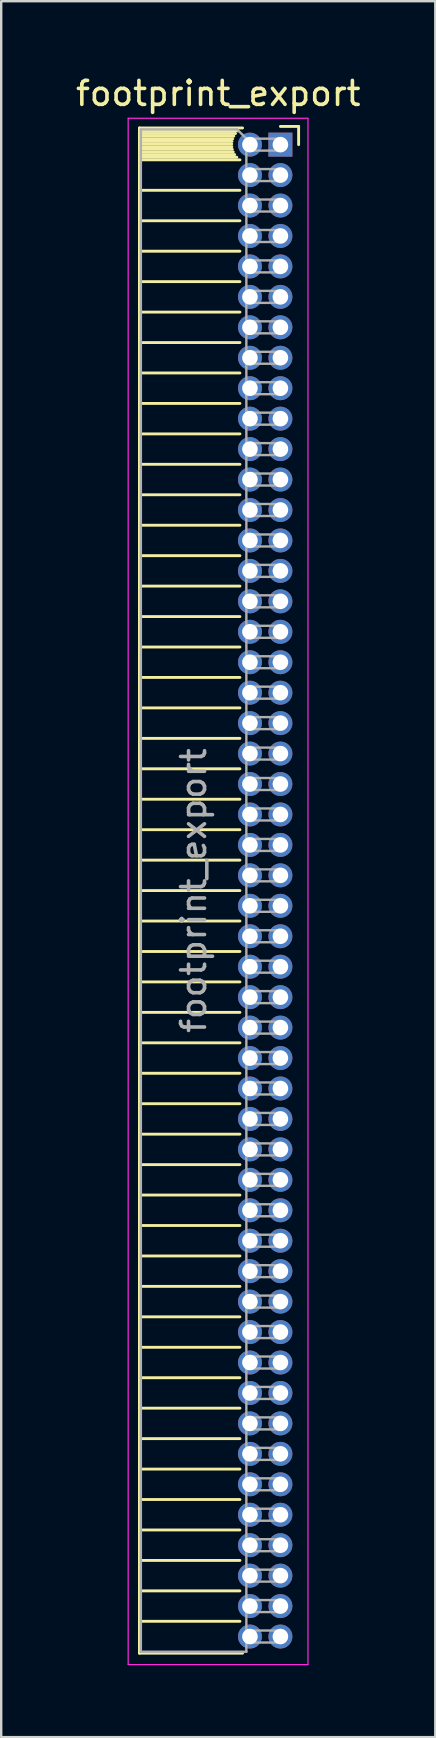
<source format=kicad_pcb>
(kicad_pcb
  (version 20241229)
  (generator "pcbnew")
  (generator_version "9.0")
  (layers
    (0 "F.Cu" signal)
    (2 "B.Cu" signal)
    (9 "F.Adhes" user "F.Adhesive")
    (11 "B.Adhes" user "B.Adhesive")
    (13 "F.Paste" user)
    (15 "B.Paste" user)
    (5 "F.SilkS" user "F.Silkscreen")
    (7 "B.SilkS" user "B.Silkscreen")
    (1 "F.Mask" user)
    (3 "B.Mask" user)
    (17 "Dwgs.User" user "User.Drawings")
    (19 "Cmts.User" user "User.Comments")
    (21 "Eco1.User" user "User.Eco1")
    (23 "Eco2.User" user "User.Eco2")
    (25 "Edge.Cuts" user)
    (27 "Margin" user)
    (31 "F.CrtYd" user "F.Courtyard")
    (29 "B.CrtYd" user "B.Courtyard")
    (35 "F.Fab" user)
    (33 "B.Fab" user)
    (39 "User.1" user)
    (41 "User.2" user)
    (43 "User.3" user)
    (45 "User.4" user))
  (footprint "footprint_export"
    (layer "F.Cu")
    (at 8.646 2.983)
    (property "Reference" "footprint_export" (at -2.592 -2.135 0) (layer "F.SilkS") (effects (font (size 1 1) (thickness 0.15))))
    (attr through_hole)
    (fp_line (start -5.88 -0.695) (end -5.88 62.925) (stroke (width 0.12) (type solid)) (layer "F.SilkS"))
    (fp_line (start -5.88 -0.695) (end -1.578 -0.695) (stroke (width 0.12) (type solid)) (layer "F.SilkS"))
    (fp_line (start -5.88 -0.575) (end -1.767 -0.575) (stroke (width 0.12) (type solid)) (layer "F.SilkS"))
    (fp_line (start -5.88 -0.465) (end -1.871 -0.465) (stroke (width 0.12) (type solid)) (layer "F.SilkS"))
    (fp_line (start -5.88 -0.355) (end -1.942 -0.355) (stroke (width 0.12) (type solid)) (layer "F.SilkS"))
    (fp_line (start -5.88 -0.245) (end -1.989 -0.245) (stroke (width 0.12) (type solid)) (layer "F.SilkS"))
    (fp_line (start -5.88 -0.135) (end -2.018 -0.135) (stroke (width 0.12) (type solid)) (layer "F.SilkS"))
    (fp_line (start -5.88 -0.025) (end -2.03 -0.025) (stroke (width 0.12) (type solid)) (layer "F.SilkS"))
    (fp_line (start -5.88 0.085) (end -2.025 0.085) (stroke (width 0.12) (type solid)) (layer "F.SilkS"))
    (fp_line (start -5.88 0.195) (end -2.005 0.195) (stroke (width 0.12) (type solid)) (layer "F.SilkS"))
    (fp_line (start -5.88 0.305) (end -1.966 0.305) (stroke (width 0.12) (type solid)) (layer "F.SilkS"))
    (fp_line (start -5.88 0.415) (end -1.907 0.415) (stroke (width 0.12) (type solid)) (layer "F.SilkS"))
    (fp_line (start -5.88 0.525) (end -1.82 0.525) (stroke (width 0.12) (type solid)) (layer "F.SilkS"))
    (fp_line (start -5.88 0.635) (end -1.688 0.635) (stroke (width 0.12) (type solid)) (layer "F.SilkS"))
    (fp_line (start -5.88 1.905) (end -1.688 1.905) (stroke (width 0.12) (type solid)) (layer "F.SilkS"))
    (fp_line (start -5.88 3.175) (end -1.688 3.175) (stroke (width 0.12) (type solid)) (layer "F.SilkS"))
    (fp_line (start -5.88 4.445) (end -1.688 4.445) (stroke (width 0.12) (type solid)) (layer "F.SilkS"))
    (fp_line (start -5.88 5.715) (end -1.688 5.715) (stroke (width 0.12) (type solid)) (layer "F.SilkS"))
    (fp_line (start -5.88 6.985) (end -1.688 6.985) (stroke (width 0.12) (type solid)) (layer "F.SilkS"))
    (fp_line (start -5.88 8.255) (end -1.688 8.255) (stroke (width 0.12) (type solid)) (layer "F.SilkS"))
    (fp_line (start -5.88 9.525) (end -1.688 9.525) (stroke (width 0.12) (type solid)) (layer "F.SilkS"))
    (fp_line (start -5.88 10.795) (end -1.688 10.795) (stroke (width 0.12) (type solid)) (layer "F.SilkS"))
    (fp_line (start -5.88 12.065) (end -1.688 12.065) (stroke (width 0.12) (type solid)) (layer "F.SilkS"))
    (fp_line (start -5.88 13.335) (end -1.688 13.335) (stroke (width 0.12) (type solid)) (layer "F.SilkS"))
    (fp_line (start -5.88 14.605) (end -1.688 14.605) (stroke (width 0.12) (type solid)) (layer "F.SilkS"))
    (fp_line (start -5.88 15.875) (end -1.688 15.875) (stroke (width 0.12) (type solid)) (layer "F.SilkS"))
    (fp_line (start -5.88 17.145) (end -1.688 17.145) (stroke (width 0.12) (type solid)) (layer "F.SilkS"))
    (fp_line (start -5.88 18.415) (end -1.688 18.415) (stroke (width 0.12) (type solid)) (layer "F.SilkS"))
    (fp_line (start -5.88 19.685) (end -1.688 19.685) (stroke (width 0.12) (type solid)) (layer "F.SilkS"))
    (fp_line (start -5.88 20.955) (end -1.688 20.955) (stroke (width 0.12) (type solid)) (layer "F.SilkS"))
    (fp_line (start -5.88 22.225) (end -1.688 22.225) (stroke (width 0.12) (type solid)) (layer "F.SilkS"))
    (fp_line (start -5.88 23.495) (end -1.688 23.495) (stroke (width 0.12) (type solid)) (layer "F.SilkS"))
    (fp_line (start -5.88 24.765) (end -1.688 24.765) (stroke (width 0.12) (type solid)) (layer "F.SilkS"))
    (fp_line (start -5.88 26.035) (end -1.688 26.035) (stroke (width 0.12) (type solid)) (layer "F.SilkS"))
    (fp_line (start -5.88 27.305) (end -1.688 27.305) (stroke (width 0.12) (type solid)) (layer "F.SilkS"))
    (fp_line (start -5.88 28.575) (end -1.688 28.575) (stroke (width 0.12) (type solid)) (layer "F.SilkS"))
    (fp_line (start -5.88 29.845) (end -1.688 29.845) (stroke (width 0.12) (type solid)) (layer "F.SilkS"))
    (fp_line (start -5.88 31.115) (end -1.688 31.115) (stroke (width 0.12) (type solid)) (layer "F.SilkS"))
    (fp_line (start -5.88 32.385) (end -1.688 32.385) (stroke (width 0.12) (type solid)) (layer "F.SilkS"))
    (fp_line (start -5.88 33.655) (end -1.688 33.655) (stroke (width 0.12) (type solid)) (layer "F.SilkS"))
    (fp_line (start -5.88 34.925) (end -1.688 34.925) (stroke (width 0.12) (type solid)) (layer "F.SilkS"))
    (fp_line (start -5.88 36.195) (end -1.688 36.195) (stroke (width 0.12) (type solid)) (layer "F.SilkS"))
    (fp_line (start -5.88 37.465) (end -1.688 37.465) (stroke (width 0.12) (type solid)) (layer "F.SilkS"))
    (fp_line (start -5.88 38.735) (end -1.688 38.735) (stroke (width 0.12) (type solid)) (layer "F.SilkS"))
    (fp_line (start -5.88 40.005) (end -1.688 40.005) (stroke (width 0.12) (type solid)) (layer "F.SilkS"))
    (fp_line (start -5.88 41.275) (end -1.688 41.275) (stroke (width 0.12) (type solid)) (layer "F.SilkS"))
    (fp_line (start -5.88 42.545) (end -1.688 42.545) (stroke (width 0.12) (type solid)) (layer "F.SilkS"))
    (fp_line (start -5.88 43.815) (end -1.688 43.815) (stroke (width 0.12) (type solid)) (layer "F.SilkS"))
    (fp_line (start -5.88 45.085) (end -1.688 45.085) (stroke (width 0.12) (type solid)) (layer "F.SilkS"))
    (fp_line (start -5.88 46.355) (end -1.688 46.355) (stroke (width 0.12) (type solid)) (layer "F.SilkS"))
    (fp_line (start -5.88 47.625) (end -1.688 47.625) (stroke (width 0.12) (type solid)) (layer "F.SilkS"))
    (fp_line (start -5.88 48.895) (end -1.688 48.895) (stroke (width 0.12) (type solid)) (layer "F.SilkS"))
    (fp_line (start -5.88 50.165) (end -1.688 50.165) (stroke (width 0.12) (type solid)) (layer "F.SilkS"))
    (fp_line (start -5.88 51.435) (end -1.688 51.435) (stroke (width 0.12) (type solid)) (layer "F.SilkS"))
    (fp_line (start -5.88 52.705) (end -1.688 52.705) (stroke (width 0.12) (type solid)) (layer "F.SilkS"))
    (fp_line (start -5.88 53.975) (end -1.688 53.975) (stroke (width 0.12) (type solid)) (layer "F.SilkS"))
    (fp_line (start -5.88 55.245) (end -1.688 55.245) (stroke (width 0.12) (type solid)) (layer "F.SilkS"))
    (fp_line (start -5.88 56.515) (end -1.688 56.515) (stroke (width 0.12) (type solid)) (layer "F.SilkS"))
    (fp_line (start -5.88 57.785) (end -1.688 57.785) (stroke (width 0.12) (type solid)) (layer "F.SilkS"))
    (fp_line (start -5.88 59.055) (end -1.688 59.055) (stroke (width 0.12) (type solid)) (layer "F.SilkS"))
    (fp_line (start -5.88 60.325) (end -1.688 60.325) (stroke (width 0.12) (type solid)) (layer "F.SilkS"))
    (fp_line (start -5.88 61.595) (end -1.688 61.595) (stroke (width 0.12) (type solid)) (layer "F.SilkS"))
    (fp_line (start -5.88 62.925) (end -1.578 62.925) (stroke (width 0.12) (type solid)) (layer "F.SilkS"))
    (fp_line (start 0 -0.76) (end 0.76 -0.76) (stroke (width 0.12) (type solid)) (layer "F.SilkS"))
    (fp_line (start 0.76 -0.76) (end 0.76 0) (stroke (width 0.12) (type solid)) (layer "F.SilkS"))
    (fp_line (start -6.35 -1.1) (end -6.35 63.4) (stroke (width 0.05) (type solid)) (layer "F.CrtYd"))
    (fp_line (start -6.35 63.4) (end 1.15 63.4) (stroke (width 0.05) (type solid)) (layer "F.CrtYd"))
    (fp_line (start 1.15 -1.1) (end -6.35 -1.1) (stroke (width 0.05) (type solid)) (layer "F.CrtYd"))
    (fp_line (start 1.15 63.4) (end 1.15 -1.1) (stroke (width 0.05) (type solid)) (layer "F.CrtYd"))
    (fp_line (start -5.82 -0.635) (end -1.805 -0.635) (stroke (width 0.1) (type solid)) (layer "F.Fab"))
    (fp_line (start -5.82 62.865) (end -5.82 -0.635) (stroke (width 0.1) (type solid)) (layer "F.Fab"))
    (fp_line (start -1.805 -0.635) (end -1.42 -0.25) (stroke (width 0.1) (type solid)) (layer "F.Fab"))
    (fp_line (start -1.42 -0.25) (end -1.42 62.865) (stroke (width 0.1) (type solid)) (layer "F.Fab"))
    (fp_line (start -1.42 0.25) (end 0 0.25) (stroke (width 0.1) (type solid)) (layer "F.Fab"))
    (fp_line (start -1.42 1.52) (end 0 1.52) (stroke (width 0.1) (type solid)) (layer "F.Fab"))
    (fp_line (start -1.42 2.79) (end 0 2.79) (stroke (width 0.1) (type solid)) (layer "F.Fab"))
    (fp_line (start -1.42 4.06) (end 0 4.06) (stroke (width 0.1) (type solid)) (layer "F.Fab"))
    (fp_line (start -1.42 5.33) (end 0 5.33) (stroke (width 0.1) (type solid)) (layer "F.Fab"))
    (fp_line (start -1.42 6.6) (end 0 6.6) (stroke (width 0.1) (type solid)) (layer "F.Fab"))
    (fp_line (start -1.42 7.87) (end 0 7.87) (stroke (width 0.1) (type solid)) (layer "F.Fab"))
    (fp_line (start -1.42 9.14) (end 0 9.14) (stroke (width 0.1) (type solid)) (layer "F.Fab"))
    (fp_line (start -1.42 10.41) (end 0 10.41) (stroke (width 0.1) (type solid)) (layer "F.Fab"))
    (fp_line (start -1.42 11.68) (end 0 11.68) (stroke (width 0.1) (type solid)) (layer "F.Fab"))
    (fp_line (start -1.42 12.95) (end 0 12.95) (stroke (width 0.1) (type solid)) (layer "F.Fab"))
    (fp_line (start -1.42 14.22) (end 0 14.22) (stroke (width 0.1) (type solid)) (layer "F.Fab"))
    (fp_line (start -1.42 15.49) (end 0 15.49) (stroke (width 0.1) (type solid)) (layer "F.Fab"))
    (fp_line (start -1.42 16.76) (end 0 16.76) (stroke (width 0.1) (type solid)) (layer "F.Fab"))
    (fp_line (start -1.42 18.03) (end 0 18.03) (stroke (width 0.1) (type solid)) (layer "F.Fab"))
    (fp_line (start -1.42 19.3) (end 0 19.3) (stroke (width 0.1) (type solid)) (layer "F.Fab"))
    (fp_line (start -1.42 20.57) (end 0 20.57) (stroke (width 0.1) (type solid)) (layer "F.Fab"))
    (fp_line (start -1.42 21.84) (end 0 21.84) (stroke (width 0.1) (type solid)) (layer "F.Fab"))
    (fp_line (start -1.42 23.11) (end 0 23.11) (stroke (width 0.1) (type solid)) (layer "F.Fab"))
    (fp_line (start -1.42 24.38) (end 0 24.38) (stroke (width 0.1) (type solid)) (layer "F.Fab"))
    (fp_line (start -1.42 25.65) (end 0 25.65) (stroke (width 0.1) (type solid)) (layer "F.Fab"))
    (fp_line (start -1.42 26.92) (end 0 26.92) (stroke (width 0.1) (type solid)) (layer "F.Fab"))
    (fp_line (start -1.42 28.19) (end 0 28.19) (stroke (width 0.1) (type solid)) (layer "F.Fab"))
    (fp_line (start -1.42 29.46) (end 0 29.46) (stroke (width 0.1) (type solid)) (layer "F.Fab"))
    (fp_line (start -1.42 30.73) (end 0 30.73) (stroke (width 0.1) (type solid)) (layer "F.Fab"))
    (fp_line (start -1.42 32) (end 0 32) (stroke (width 0.1) (type solid)) (layer "F.Fab"))
    (fp_line (start -1.42 33.27) (end 0 33.27) (stroke (width 0.1) (type solid)) (layer "F.Fab"))
    (fp_line (start -1.42 34.54) (end 0 34.54) (stroke (width 0.1) (type solid)) (layer "F.Fab"))
    (fp_line (start -1.42 35.81) (end 0 35.81) (stroke (width 0.1) (type solid)) (layer "F.Fab"))
    (fp_line (start -1.42 37.08) (end 0 37.08) (stroke (width 0.1) (type solid)) (layer "F.Fab"))
    (fp_line (start -1.42 38.35) (end 0 38.35) (stroke (width 0.1) (type solid)) (layer "F.Fab"))
    (fp_line (start -1.42 39.62) (end 0 39.62) (stroke (width 0.1) (type solid)) (layer "F.Fab"))
    (fp_line (start -1.42 40.89) (end 0 40.89) (stroke (width 0.1) (type solid)) (layer "F.Fab"))
    (fp_line (start -1.42 42.16) (end 0 42.16) (stroke (width 0.1) (type solid)) (layer "F.Fab"))
    (fp_line (start -1.42 43.43) (end 0 43.43) (stroke (width 0.1) (type solid)) (layer "F.Fab"))
    (fp_line (start -1.42 44.7) (end 0 44.7) (stroke (width 0.1) (type solid)) (layer "F.Fab"))
    (fp_line (start -1.42 45.97) (end 0 45.97) (stroke (width 0.1) (type solid)) (layer "F.Fab"))
    (fp_line (start -1.42 47.24) (end 0 47.24) (stroke (width 0.1) (type solid)) (layer "F.Fab"))
    (fp_line (start -1.42 48.51) (end 0 48.51) (stroke (width 0.1) (type solid)) (layer "F.Fab"))
    (fp_line (start -1.42 49.78) (end 0 49.78) (stroke (width 0.1) (type solid)) (layer "F.Fab"))
    (fp_line (start -1.42 51.05) (end 0 51.05) (stroke (width 0.1) (type solid)) (layer "F.Fab"))
    (fp_line (start -1.42 52.32) (end 0 52.32) (stroke (width 0.1) (type solid)) (layer "F.Fab"))
    (fp_line (start -1.42 53.59) (end 0 53.59) (stroke (width 0.1) (type solid)) (layer "F.Fab"))
    (fp_line (start -1.42 54.86) (end 0 54.86) (stroke (width 0.1) (type solid)) (layer "F.Fab"))
    (fp_line (start -1.42 56.13) (end 0 56.13) (stroke (width 0.1) (type solid)) (layer "F.Fab"))
    (fp_line (start -1.42 57.4) (end 0 57.4) (stroke (width 0.1) (type solid)) (layer "F.Fab"))
    (fp_line (start -1.42 58.67) (end 0 58.67) (stroke (width 0.1) (type solid)) (layer "F.Fab"))
    (fp_line (start -1.42 59.94) (end 0 59.94) (stroke (width 0.1) (type solid)) (layer "F.Fab"))
    (fp_line (start -1.42 61.21) (end 0 61.21) (stroke (width 0.1) (type solid)) (layer "F.Fab"))
    (fp_line (start -1.42 62.48) (end 0 62.48) (stroke (width 0.1) (type solid)) (layer "F.Fab"))
    (fp_line (start -1.42 62.865) (end -5.82 62.865) (stroke (width 0.1) (type solid)) (layer "F.Fab"))
    (fp_line (start 0 -0.25) (end -1.42 -0.25) (stroke (width 0.1) (type solid)) (layer "F.Fab"))
    (fp_line (start 0 0.25) (end 0 -0.25) (stroke (width 0.1) (type solid)) (layer "F.Fab"))
    (fp_line (start 0 1.02) (end -1.42 1.02) (stroke (width 0.1) (type solid)) (layer "F.Fab"))
    (fp_line (start 0 1.52) (end 0 1.02) (stroke (width 0.1) (type solid)) (layer "F.Fab"))
    (fp_line (start 0 2.29) (end -1.42 2.29) (stroke (width 0.1) (type solid)) (layer "F.Fab"))
    (fp_line (start 0 2.79) (end 0 2.29) (stroke (width 0.1) (type solid)) (layer "F.Fab"))
    (fp_line (start 0 3.56) (end -1.42 3.56) (stroke (width 0.1) (type solid)) (layer "F.Fab"))
    (fp_line (start 0 4.06) (end 0 3.56) (stroke (width 0.1) (type solid)) (layer "F.Fab"))
    (fp_line (start 0 4.83) (end -1.42 4.83) (stroke (width 0.1) (type solid)) (layer "F.Fab"))
    (fp_line (start 0 5.33) (end 0 4.83) (stroke (width 0.1) (type solid)) (layer "F.Fab"))
    (fp_line (start 0 6.1) (end -1.42 6.1) (stroke (width 0.1) (type solid)) (layer "F.Fab"))
    (fp_line (start 0 6.6) (end 0 6.1) (stroke (width 0.1) (type solid)) (layer "F.Fab"))
    (fp_line (start 0 7.37) (end -1.42 7.37) (stroke (width 0.1) (type solid)) (layer "F.Fab"))
    (fp_line (start 0 7.87) (end 0 7.37) (stroke (width 0.1) (type solid)) (layer "F.Fab"))
    (fp_line (start 0 8.64) (end -1.42 8.64) (stroke (width 0.1) (type solid)) (layer "F.Fab"))
    (fp_line (start 0 9.14) (end 0 8.64) (stroke (width 0.1) (type solid)) (layer "F.Fab"))
    (fp_line (start 0 9.91) (end -1.42 9.91) (stroke (width 0.1) (type solid)) (layer "F.Fab"))
    (fp_line (start 0 10.41) (end 0 9.91) (stroke (width 0.1) (type solid)) (layer "F.Fab"))
    (fp_line (start 0 11.18) (end -1.42 11.18) (stroke (width 0.1) (type solid)) (layer "F.Fab"))
    (fp_line (start 0 11.68) (end 0 11.18) (stroke (width 0.1) (type solid)) (layer "F.Fab"))
    (fp_line (start 0 12.45) (end -1.42 12.45) (stroke (width 0.1) (type solid)) (layer "F.Fab"))
    (fp_line (start 0 12.95) (end 0 12.45) (stroke (width 0.1) (type solid)) (layer "F.Fab"))
    (fp_line (start 0 13.72) (end -1.42 13.72) (stroke (width 0.1) (type solid)) (layer "F.Fab"))
    (fp_line (start 0 14.22) (end 0 13.72) (stroke (width 0.1) (type solid)) (layer "F.Fab"))
    (fp_line (start 0 14.99) (end -1.42 14.99) (stroke (width 0.1) (type solid)) (layer "F.Fab"))
    (fp_line (start 0 15.49) (end 0 14.99) (stroke (width 0.1) (type solid)) (layer "F.Fab"))
    (fp_line (start 0 16.26) (end -1.42 16.26) (stroke (width 0.1) (type solid)) (layer "F.Fab"))
    (fp_line (start 0 16.76) (end 0 16.26) (stroke (width 0.1) (type solid)) (layer "F.Fab"))
    (fp_line (start 0 17.53) (end -1.42 17.53) (stroke (width 0.1) (type solid)) (layer "F.Fab"))
    (fp_line (start 0 18.03) (end 0 17.53) (stroke (width 0.1) (type solid)) (layer "F.Fab"))
    (fp_line (start 0 18.8) (end -1.42 18.8) (stroke (width 0.1) (type solid)) (layer "F.Fab"))
    (fp_line (start 0 19.3) (end 0 18.8) (stroke (width 0.1) (type solid)) (layer "F.Fab"))
    (fp_line (start 0 20.07) (end -1.42 20.07) (stroke (width 0.1) (type solid)) (layer "F.Fab"))
    (fp_line (start 0 20.57) (end 0 20.07) (stroke (width 0.1) (type solid)) (layer "F.Fab"))
    (fp_line (start 0 21.34) (end -1.42 21.34) (stroke (width 0.1) (type solid)) (layer "F.Fab"))
    (fp_line (start 0 21.84) (end 0 21.34) (stroke (width 0.1) (type solid)) (layer "F.Fab"))
    (fp_line (start 0 22.61) (end -1.42 22.61) (stroke (width 0.1) (type solid)) (layer "F.Fab"))
    (fp_line (start 0 23.11) (end 0 22.61) (stroke (width 0.1) (type solid)) (layer "F.Fab"))
    (fp_line (start 0 23.88) (end -1.42 23.88) (stroke (width 0.1) (type solid)) (layer "F.Fab"))
    (fp_line (start 0 24.38) (end 0 23.88) (stroke (width 0.1) (type solid)) (layer "F.Fab"))
    (fp_line (start 0 25.15) (end -1.42 25.15) (stroke (width 0.1) (type solid)) (layer "F.Fab"))
    (fp_line (start 0 25.65) (end 0 25.15) (stroke (width 0.1) (type solid)) (layer "F.Fab"))
    (fp_line (start 0 26.42) (end -1.42 26.42) (stroke (width 0.1) (type solid)) (layer "F.Fab"))
    (fp_line (start 0 26.92) (end 0 26.42) (stroke (width 0.1) (type solid)) (layer "F.Fab"))
    (fp_line (start 0 27.69) (end -1.42 27.69) (stroke (width 0.1) (type solid)) (layer "F.Fab"))
    (fp_line (start 0 28.19) (end 0 27.69) (stroke (width 0.1) (type solid)) (layer "F.Fab"))
    (fp_line (start 0 28.96) (end -1.42 28.96) (stroke (width 0.1) (type solid)) (layer "F.Fab"))
    (fp_line (start 0 29.46) (end 0 28.96) (stroke (width 0.1) (type solid)) (layer "F.Fab"))
    (fp_line (start 0 30.23) (end -1.42 30.23) (stroke (width 0.1) (type solid)) (layer "F.Fab"))
    (fp_line (start 0 30.73) (end 0 30.23) (stroke (width 0.1) (type solid)) (layer "F.Fab"))
    (fp_line (start 0 31.5) (end -1.42 31.5) (stroke (width 0.1) (type solid)) (layer "F.Fab"))
    (fp_line (start 0 32) (end 0 31.5) (stroke (width 0.1) (type solid)) (layer "F.Fab"))
    (fp_line (start 0 32.77) (end -1.42 32.77) (stroke (width 0.1) (type solid)) (layer "F.Fab"))
    (fp_line (start 0 33.27) (end 0 32.77) (stroke (width 0.1) (type solid)) (layer "F.Fab"))
    (fp_line (start 0 34.04) (end -1.42 34.04) (stroke (width 0.1) (type solid)) (layer "F.Fab"))
    (fp_line (start 0 34.54) (end 0 34.04) (stroke (width 0.1) (type solid)) (layer "F.Fab"))
    (fp_line (start 0 35.31) (end -1.42 35.31) (stroke (width 0.1) (type solid)) (layer "F.Fab"))
    (fp_line (start 0 35.81) (end 0 35.31) (stroke (width 0.1) (type solid)) (layer "F.Fab"))
    (fp_line (start 0 36.58) (end -1.42 36.58) (stroke (width 0.1) (type solid)) (layer "F.Fab"))
    (fp_line (start 0 37.08) (end 0 36.58) (stroke (width 0.1) (type solid)) (layer "F.Fab"))
    (fp_line (start 0 37.85) (end -1.42 37.85) (stroke (width 0.1) (type solid)) (layer "F.Fab"))
    (fp_line (start 0 38.35) (end 0 37.85) (stroke (width 0.1) (type solid)) (layer "F.Fab"))
    (fp_line (start 0 39.12) (end -1.42 39.12) (stroke (width 0.1) (type solid)) (layer "F.Fab"))
    (fp_line (start 0 39.62) (end 0 39.12) (stroke (width 0.1) (type solid)) (layer "F.Fab"))
    (fp_line (start 0 40.39) (end -1.42 40.39) (stroke (width 0.1) (type solid)) (layer "F.Fab"))
    (fp_line (start 0 40.89) (end 0 40.39) (stroke (width 0.1) (type solid)) (layer "F.Fab"))
    (fp_line (start 0 41.66) (end -1.42 41.66) (stroke (width 0.1) (type solid)) (layer "F.Fab"))
    (fp_line (start 0 42.16) (end 0 41.66) (stroke (width 0.1) (type solid)) (layer "F.Fab"))
    (fp_line (start 0 42.93) (end -1.42 42.93) (stroke (width 0.1) (type solid)) (layer "F.Fab"))
    (fp_line (start 0 43.43) (end 0 42.93) (stroke (width 0.1) (type solid)) (layer "F.Fab"))
    (fp_line (start 0 44.2) (end -1.42 44.2) (stroke (width 0.1) (type solid)) (layer "F.Fab"))
    (fp_line (start 0 44.7) (end 0 44.2) (stroke (width 0.1) (type solid)) (layer "F.Fab"))
    (fp_line (start 0 45.47) (end -1.42 45.47) (stroke (width 0.1) (type solid)) (layer "F.Fab"))
    (fp_line (start 0 45.97) (end 0 45.47) (stroke (width 0.1) (type solid)) (layer "F.Fab"))
    (fp_line (start 0 46.74) (end -1.42 46.74) (stroke (width 0.1) (type solid)) (layer "F.Fab"))
    (fp_line (start 0 47.24) (end 0 46.74) (stroke (width 0.1) (type solid)) (layer "F.Fab"))
    (fp_line (start 0 48.01) (end -1.42 48.01) (stroke (width 0.1) (type solid)) (layer "F.Fab"))
    (fp_line (start 0 48.51) (end 0 48.01) (stroke (width 0.1) (type solid)) (layer "F.Fab"))
    (fp_line (start 0 49.28) (end -1.42 49.28) (stroke (width 0.1) (type solid)) (layer "F.Fab"))
    (fp_line (start 0 49.78) (end 0 49.28) (stroke (width 0.1) (type solid)) (layer "F.Fab"))
    (fp_line (start 0 50.55) (end -1.42 50.55) (stroke (width 0.1) (type solid)) (layer "F.Fab"))
    (fp_line (start 0 51.05) (end 0 50.55) (stroke (width 0.1) (type solid)) (layer "F.Fab"))
    (fp_line (start 0 51.82) (end -1.42 51.82) (stroke (width 0.1) (type solid)) (layer "F.Fab"))
    (fp_line (start 0 52.32) (end 0 51.82) (stroke (width 0.1) (type solid)) (layer "F.Fab"))
    (fp_line (start 0 53.09) (end -1.42 53.09) (stroke (width 0.1) (type solid)) (layer "F.Fab"))
    (fp_line (start 0 53.59) (end 0 53.09) (stroke (width 0.1) (type solid)) (layer "F.Fab"))
    (fp_line (start 0 54.36) (end -1.42 54.36) (stroke (width 0.1) (type solid)) (layer "F.Fab"))
    (fp_line (start 0 54.86) (end 0 54.36) (stroke (width 0.1) (type solid)) (layer "F.Fab"))
    (fp_line (start 0 55.63) (end -1.42 55.63) (stroke (width 0.1) (type solid)) (layer "F.Fab"))
    (fp_line (start 0 56.13) (end 0 55.63) (stroke (width 0.1) (type solid)) (layer "F.Fab"))
    (fp_line (start 0 56.9) (end -1.42 56.9) (stroke (width 0.1) (type solid)) (layer "F.Fab"))
    (fp_line (start 0 57.4) (end 0 56.9) (stroke (width 0.1) (type solid)) (layer "F.Fab"))
    (fp_line (start 0 58.17) (end -1.42 58.17) (stroke (width 0.1) (type solid)) (layer "F.Fab"))
    (fp_line (start 0 58.67) (end 0 58.17) (stroke (width 0.1) (type solid)) (layer "F.Fab"))
    (fp_line (start 0 59.44) (end -1.42 59.44) (stroke (width 0.1) (type solid)) (layer "F.Fab"))
    (fp_line (start 0 59.94) (end 0 59.44) (stroke (width 0.1) (type solid)) (layer "F.Fab"))
    (fp_line (start 0 60.71) (end -1.42 60.71) (stroke (width 0.1) (type solid)) (layer "F.Fab"))
    (fp_line (start 0 61.21) (end 0 60.71) (stroke (width 0.1) (type solid)) (layer "F.Fab"))
    (fp_line (start 0 61.98) (end -1.42 61.98) (stroke (width 0.1) (type solid)) (layer "F.Fab"))
    (fp_line (start 0 62.48) (end 0 61.98) (stroke (width 0.1) (type solid)) (layer "F.Fab"))
    (fp_text user "${REFERENCE}" (at -3.62 31.115 90) (layer "F.Fab") (effects (font (size 1 1) (thickness 0.15))))
    (pad "1" thru_hole rect (at 0 0) (size 1 1) (drill 0.65) (layers "*.Cu" "*.Mask"))
    (pad "2" thru_hole oval (at -1.27 0) (size 1 1) (drill 0.65) (layers "*.Cu" "*.Mask"))
    (pad "3" thru_hole oval (at 0 1.27) (size 1 1) (drill 0.65) (layers "*.Cu" "*.Mask"))
    (pad "4" thru_hole oval (at -1.27 1.27) (size 1 1) (drill 0.65) (layers "*.Cu" "*.Mask"))
    (pad "5" thru_hole oval (at 0 2.54) (size 1 1) (drill 0.65) (layers "*.Cu" "*.Mask"))
    (pad "6" thru_hole oval (at -1.27 2.54) (size 1 1) (drill 0.65) (layers "*.Cu" "*.Mask"))
    (pad "7" thru_hole oval (at 0 3.81) (size 1 1) (drill 0.65) (layers "*.Cu" "*.Mask"))
    (pad "8" thru_hole oval (at -1.27 3.81) (size 1 1) (drill 0.65) (layers "*.Cu" "*.Mask"))
    (pad "9" thru_hole oval (at 0 5.08) (size 1 1) (drill 0.65) (layers "*.Cu" "*.Mask"))
    (pad "10" thru_hole oval (at -1.27 5.08) (size 1 1) (drill 0.65) (layers "*.Cu" "*.Mask"))
    (pad "11" thru_hole oval (at 0 6.35) (size 1 1) (drill 0.65) (layers "*.Cu" "*.Mask"))
    (pad "12" thru_hole oval (at -1.27 6.35) (size 1 1) (drill 0.65) (layers "*.Cu" "*.Mask"))
    (pad "13" thru_hole oval (at 0 7.62) (size 1 1) (drill 0.65) (layers "*.Cu" "*.Mask"))
    (pad "14" thru_hole oval (at -1.27 7.62) (size 1 1) (drill 0.65) (layers "*.Cu" "*.Mask"))
    (pad "15" thru_hole oval (at 0 8.89) (size 1 1) (drill 0.65) (layers "*.Cu" "*.Mask"))
    (pad "16" thru_hole oval (at -1.27 8.89) (size 1 1) (drill 0.65) (layers "*.Cu" "*.Mask"))
    (pad "17" thru_hole oval (at 0 10.16) (size 1 1) (drill 0.65) (layers "*.Cu" "*.Mask"))
    (pad "18" thru_hole oval (at -1.27 10.16) (size 1 1) (drill 0.65) (layers "*.Cu" "*.Mask"))
    (pad "19" thru_hole oval (at 0 11.43) (size 1 1) (drill 0.65) (layers "*.Cu" "*.Mask"))
    (pad "20" thru_hole oval (at -1.27 11.43) (size 1 1) (drill 0.65) (layers "*.Cu" "*.Mask"))
    (pad "21" thru_hole oval (at 0 12.7) (size 1 1) (drill 0.65) (layers "*.Cu" "*.Mask"))
    (pad "22" thru_hole oval (at -1.27 12.7) (size 1 1) (drill 0.65) (layers "*.Cu" "*.Mask"))
    (pad "23" thru_hole oval (at 0 13.97) (size 1 1) (drill 0.65) (layers "*.Cu" "*.Mask"))
    (pad "24" thru_hole oval (at -1.27 13.97) (size 1 1) (drill 0.65) (layers "*.Cu" "*.Mask"))
    (pad "25" thru_hole oval (at 0 15.24) (size 1 1) (drill 0.65) (layers "*.Cu" "*.Mask"))
    (pad "26" thru_hole oval (at -1.27 15.24) (size 1 1) (drill 0.65) (layers "*.Cu" "*.Mask"))
    (pad "27" thru_hole oval (at 0 16.51) (size 1 1) (drill 0.65) (layers "*.Cu" "*.Mask"))
    (pad "28" thru_hole oval (at -1.27 16.51) (size 1 1) (drill 0.65) (layers "*.Cu" "*.Mask"))
    (pad "29" thru_hole oval (at 0 17.78) (size 1 1) (drill 0.65) (layers "*.Cu" "*.Mask"))
    (pad "30" thru_hole oval (at -1.27 17.78) (size 1 1) (drill 0.65) (layers "*.Cu" "*.Mask"))
    (pad "31" thru_hole oval (at 0 19.05) (size 1 1) (drill 0.65) (layers "*.Cu" "*.Mask"))
    (pad "32" thru_hole oval (at -1.27 19.05) (size 1 1) (drill 0.65) (layers "*.Cu" "*.Mask"))
    (pad "33" thru_hole oval (at 0 20.32) (size 1 1) (drill 0.65) (layers "*.Cu" "*.Mask"))
    (pad "34" thru_hole oval (at -1.27 20.32) (size 1 1) (drill 0.65) (layers "*.Cu" "*.Mask"))
    (pad "35" thru_hole oval (at 0 21.59) (size 1 1) (drill 0.65) (layers "*.Cu" "*.Mask"))
    (pad "36" thru_hole oval (at -1.27 21.59) (size 1 1) (drill 0.65) (layers "*.Cu" "*.Mask"))
    (pad "37" thru_hole oval (at 0 22.86) (size 1 1) (drill 0.65) (layers "*.Cu" "*.Mask"))
    (pad "38" thru_hole oval (at -1.27 22.86) (size 1 1) (drill 0.65) (layers "*.Cu" "*.Mask"))
    (pad "39" thru_hole oval (at 0 24.13) (size 1 1) (drill 0.65) (layers "*.Cu" "*.Mask"))
    (pad "40" thru_hole oval (at -1.27 24.13) (size 1 1) (drill 0.65) (layers "*.Cu" "*.Mask"))
    (pad "41" thru_hole oval (at 0 25.4) (size 1 1) (drill 0.65) (layers "*.Cu" "*.Mask"))
    (pad "42" thru_hole oval (at -1.27 25.4) (size 1 1) (drill 0.65) (layers "*.Cu" "*.Mask"))
    (pad "43" thru_hole oval (at 0 26.67) (size 1 1) (drill 0.65) (layers "*.Cu" "*.Mask"))
    (pad "44" thru_hole oval (at -1.27 26.67) (size 1 1) (drill 0.65) (layers "*.Cu" "*.Mask"))
    (pad "45" thru_hole oval (at 0 27.94) (size 1 1) (drill 0.65) (layers "*.Cu" "*.Mask"))
    (pad "46" thru_hole oval (at -1.27 27.94) (size 1 1) (drill 0.65) (layers "*.Cu" "*.Mask"))
    (pad "47" thru_hole oval (at 0 29.21) (size 1 1) (drill 0.65) (layers "*.Cu" "*.Mask"))
    (pad "48" thru_hole oval (at -1.27 29.21) (size 1 1) (drill 0.65) (layers "*.Cu" "*.Mask"))
    (pad "49" thru_hole oval (at 0 30.48) (size 1 1) (drill 0.65) (layers "*.Cu" "*.Mask"))
    (pad "50" thru_hole oval (at -1.27 30.48) (size 1 1) (drill 0.65) (layers "*.Cu" "*.Mask"))
    (pad "51" thru_hole oval (at 0 31.75) (size 1 1) (drill 0.65) (layers "*.Cu" "*.Mask"))
    (pad "52" thru_hole oval (at -1.27 31.75) (size 1 1) (drill 0.65) (layers "*.Cu" "*.Mask"))
    (pad "53" thru_hole oval (at 0 33.02) (size 1 1) (drill 0.65) (layers "*.Cu" "*.Mask"))
    (pad "54" thru_hole oval (at -1.27 33.02) (size 1 1) (drill 0.65) (layers "*.Cu" "*.Mask"))
    (pad "55" thru_hole oval (at 0 34.29) (size 1 1) (drill 0.65) (layers "*.Cu" "*.Mask"))
    (pad "56" thru_hole oval (at -1.27 34.29) (size 1 1) (drill 0.65) (layers "*.Cu" "*.Mask"))
    (pad "57" thru_hole oval (at 0 35.56) (size 1 1) (drill 0.65) (layers "*.Cu" "*.Mask"))
    (pad "58" thru_hole oval (at -1.27 35.56) (size 1 1) (drill 0.65) (layers "*.Cu" "*.Mask"))
    (pad "59" thru_hole oval (at 0 36.83) (size 1 1) (drill 0.65) (layers "*.Cu" "*.Mask"))
    (pad "60" thru_hole oval (at -1.27 36.83) (size 1 1) (drill 0.65) (layers "*.Cu" "*.Mask"))
    (pad "61" thru_hole oval (at 0 38.1) (size 1 1) (drill 0.65) (layers "*.Cu" "*.Mask"))
    (pad "62" thru_hole oval (at -1.27 38.1) (size 1 1) (drill 0.65) (layers "*.Cu" "*.Mask"))
    (pad "63" thru_hole oval (at 0 39.37) (size 1 1) (drill 0.65) (layers "*.Cu" "*.Mask"))
    (pad "64" thru_hole oval (at -1.27 39.37) (size 1 1) (drill 0.65) (layers "*.Cu" "*.Mask"))
    (pad "65" thru_hole oval (at 0 40.64) (size 1 1) (drill 0.65) (layers "*.Cu" "*.Mask"))
    (pad "66" thru_hole oval (at -1.27 40.64) (size 1 1) (drill 0.65) (layers "*.Cu" "*.Mask"))
    (pad "67" thru_hole oval (at 0 41.91) (size 1 1) (drill 0.65) (layers "*.Cu" "*.Mask"))
    (pad "68" thru_hole oval (at -1.27 41.91) (size 1 1) (drill 0.65) (layers "*.Cu" "*.Mask"))
    (pad "69" thru_hole oval (at 0 43.18) (size 1 1) (drill 0.65) (layers "*.Cu" "*.Mask"))
    (pad "70" thru_hole oval (at -1.27 43.18) (size 1 1) (drill 0.65) (layers "*.Cu" "*.Mask"))
    (pad "71" thru_hole oval (at 0 44.45) (size 1 1) (drill 0.65) (layers "*.Cu" "*.Mask"))
    (pad "72" thru_hole oval (at -1.27 44.45) (size 1 1) (drill 0.65) (layers "*.Cu" "*.Mask"))
    (pad "73" thru_hole oval (at 0 45.72) (size 1 1) (drill 0.65) (layers "*.Cu" "*.Mask"))
    (pad "74" thru_hole oval (at -1.27 45.72) (size 1 1) (drill 0.65) (layers "*.Cu" "*.Mask"))
    (pad "75" thru_hole oval (at 0 46.99) (size 1 1) (drill 0.65) (layers "*.Cu" "*.Mask"))
    (pad "76" thru_hole oval (at -1.27 46.99) (size 1 1) (drill 0.65) (layers "*.Cu" "*.Mask"))
    (pad "77" thru_hole oval (at 0 48.26) (size 1 1) (drill 0.65) (layers "*.Cu" "*.Mask"))
    (pad "78" thru_hole oval (at -1.27 48.26) (size 1 1) (drill 0.65) (layers "*.Cu" "*.Mask"))
    (pad "79" thru_hole oval (at 0 49.53) (size 1 1) (drill 0.65) (layers "*.Cu" "*.Mask"))
    (pad "80" thru_hole oval (at -1.27 49.53) (size 1 1) (drill 0.65) (layers "*.Cu" "*.Mask"))
    (pad "81" thru_hole oval (at 0 50.8) (size 1 1) (drill 0.65) (layers "*.Cu" "*.Mask"))
    (pad "82" thru_hole oval (at -1.27 50.8) (size 1 1) (drill 0.65) (layers "*.Cu" "*.Mask"))
    (pad "83" thru_hole oval (at 0 52.07) (size 1 1) (drill 0.65) (layers "*.Cu" "*.Mask"))
    (pad "84" thru_hole oval (at -1.27 52.07) (size 1 1) (drill 0.65) (layers "*.Cu" "*.Mask"))
    (pad "85" thru_hole oval (at 0 53.34) (size 1 1) (drill 0.65) (layers "*.Cu" "*.Mask"))
    (pad "86" thru_hole oval (at -1.27 53.34) (size 1 1) (drill 0.65) (layers "*.Cu" "*.Mask"))
    (pad "87" thru_hole oval (at 0 54.61) (size 1 1) (drill 0.65) (layers "*.Cu" "*.Mask"))
    (pad "88" thru_hole oval (at -1.27 54.61) (size 1 1) (drill 0.65) (layers "*.Cu" "*.Mask"))
    (pad "89" thru_hole oval (at 0 55.88) (size 1 1) (drill 0.65) (layers "*.Cu" "*.Mask"))
    (pad "90" thru_hole oval (at -1.27 55.88) (size 1 1) (drill 0.65) (layers "*.Cu" "*.Mask"))
    (pad "91" thru_hole oval (at 0 57.15) (size 1 1) (drill 0.65) (layers "*.Cu" "*.Mask"))
    (pad "92" thru_hole oval (at -1.27 57.15) (size 1 1) (drill 0.65) (layers "*.Cu" "*.Mask"))
    (pad "93" thru_hole oval (at 0 58.42) (size 1 1) (drill 0.65) (layers "*.Cu" "*.Mask"))
    (pad "94" thru_hole oval (at -1.27 58.42) (size 1 1) (drill 0.65) (layers "*.Cu" "*.Mask"))
    (pad "95" thru_hole oval (at 0 59.69) (size 1 1) (drill 0.65) (layers "*.Cu" "*.Mask"))
    (pad "96" thru_hole oval (at -1.27 59.69) (size 1 1) (drill 0.65) (layers "*.Cu" "*.Mask"))
    (pad "97" thru_hole oval (at 0 60.96) (size 1 1) (drill 0.65) (layers "*.Cu" "*.Mask"))
    (pad "98" thru_hole oval (at -1.27 60.96) (size 1 1) (drill 0.65) (layers "*.Cu" "*.Mask"))
    (pad "99" thru_hole oval (at 0 62.23) (size 1 1) (drill 0.65) (layers "*.Cu" "*.Mask"))
    (pad "100" thru_hole oval (at -1.27 62.23) (size 1 1) (drill 0.65) (layers "*.Cu" "*.Mask")))
  (gr_rect
    (start -3 -3)
    (end 15.107 69.408)
    (stroke (width 0.1) (type default))
    (fill no)
    (layer "Edge.Cuts")))
</source>
